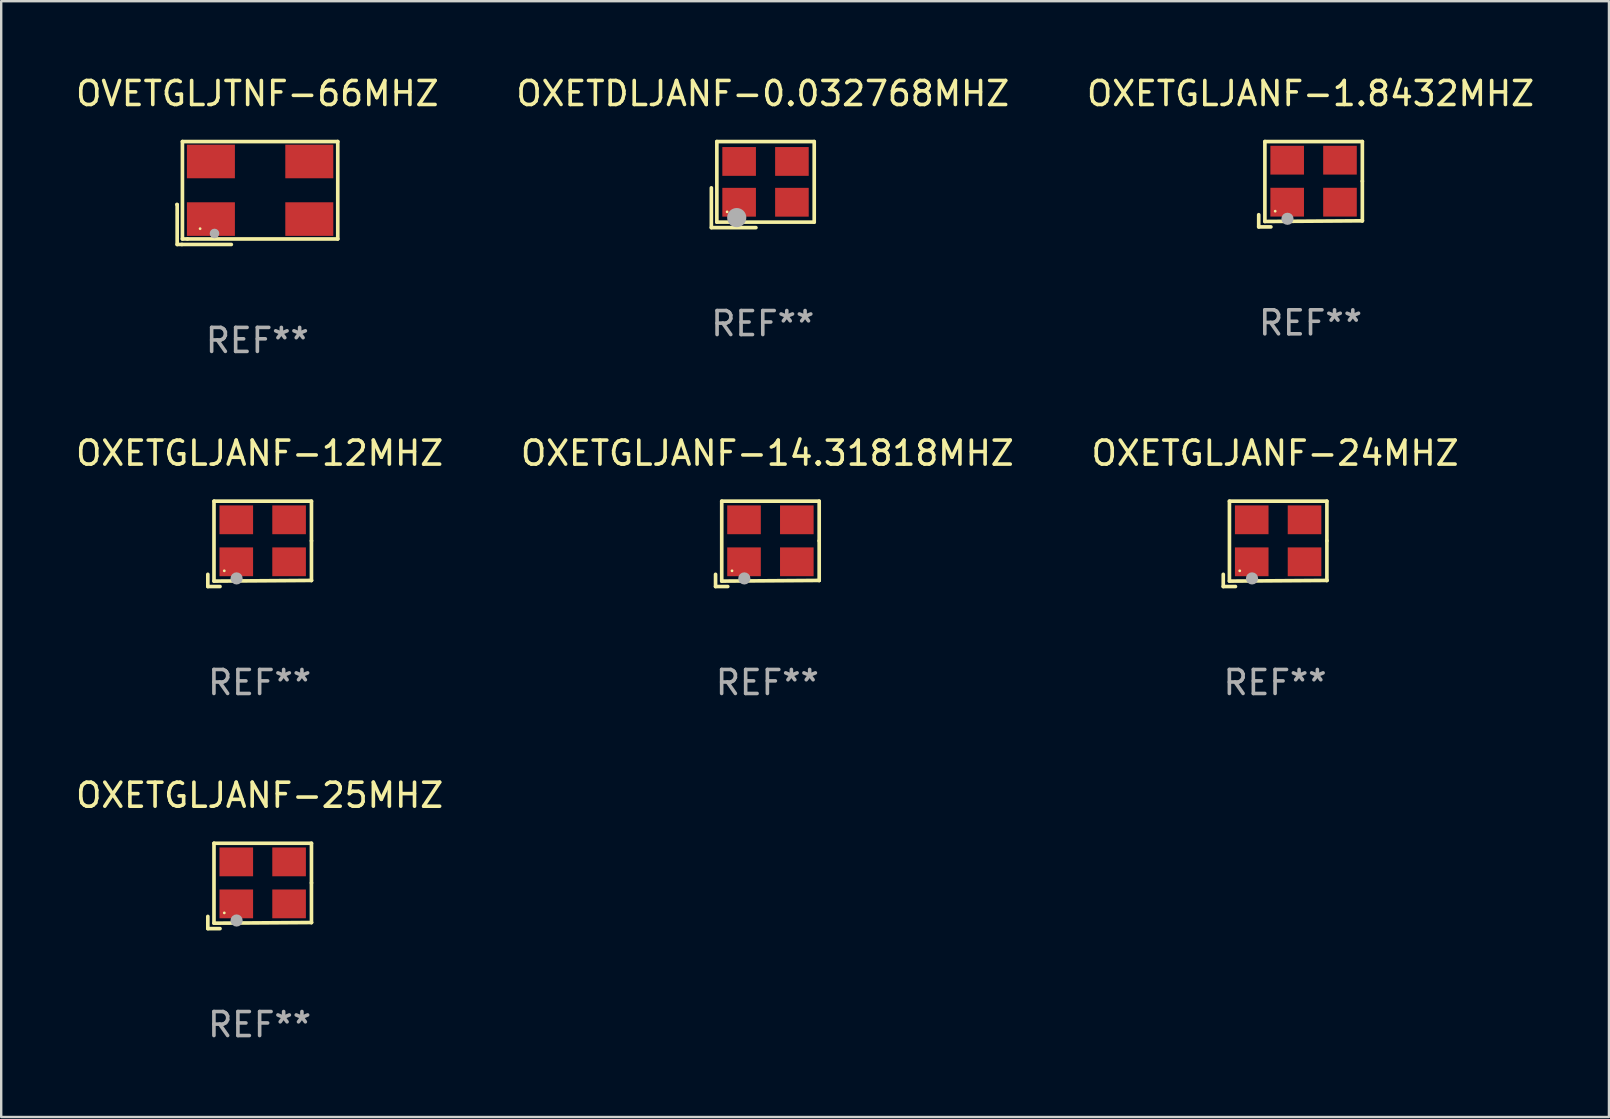
<source format=kicad_pcb>
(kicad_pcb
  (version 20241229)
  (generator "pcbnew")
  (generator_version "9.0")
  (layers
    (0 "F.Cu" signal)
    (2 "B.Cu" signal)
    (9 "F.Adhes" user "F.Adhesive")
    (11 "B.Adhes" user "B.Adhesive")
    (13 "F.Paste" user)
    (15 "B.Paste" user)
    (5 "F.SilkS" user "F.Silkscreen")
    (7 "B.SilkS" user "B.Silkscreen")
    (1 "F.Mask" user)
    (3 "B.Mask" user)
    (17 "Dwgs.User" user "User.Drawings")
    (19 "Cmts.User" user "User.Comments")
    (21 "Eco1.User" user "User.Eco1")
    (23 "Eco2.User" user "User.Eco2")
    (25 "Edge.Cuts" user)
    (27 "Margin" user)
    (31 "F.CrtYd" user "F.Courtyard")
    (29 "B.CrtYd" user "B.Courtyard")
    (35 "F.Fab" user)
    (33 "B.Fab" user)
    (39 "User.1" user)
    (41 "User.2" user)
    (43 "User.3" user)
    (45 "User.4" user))
  (footprint "OXETGLJANF-25MHZ"
    (layer "F.Cu")
    (at 7.768 33.863)
    (property "Reference" "OXETGLJANF-25MHZ" (at 0 -3.778 0) (layer "F.SilkS") (effects (font (size 1 1) (thickness 0.15))))
    (attr through_hole)
    (fp_line (start -2.159 1.27) (end -2.159 1.778) (stroke (width 0.152) (type solid)) (layer "F.SilkS"))
    (fp_line (start -2.159 1.778) (end -1.651 1.778) (stroke (width 0.152) (type solid)) (layer "F.SilkS"))
    (fp_line (start -1.902 -1.778) (end 2.159 -1.778) (stroke (width 0.152) (type solid)) (layer "F.SilkS"))
    (fp_line (start -1.902 1.552) (end -1.902 -1.778) (stroke (width 0.152) (type solid)) (layer "F.SilkS"))
    (fp_line (start 2.159 -1.778) (end 2.159 -0.127) (stroke (width 0.152) (type solid)) (layer "F.SilkS"))
    (fp_line (start 2.159 -0.127) (end 2.159 1.524) (stroke (width 0.152) (type solid)) (layer "F.SilkS"))
    (fp_line (start 2.159 1.524) (end -1.902 1.552) (stroke (width 0.152) (type solid)) (layer "F.SilkS"))
    (fp_line (start 2.159 1.524) (end 2.159 1.524) (stroke (width 0.152) (type solid)) (layer "F.SilkS"))
    (fp_circle (center -1.473 1.123) (end -1.443 1.123) (stroke (width 0.06) (type solid)) (fill no) (layer "F.SilkS"))
    (fp_circle (center -0.961 1.44) (end -0.834 1.44) (stroke (width 0.254) (type solid)) (fill no) (layer "F.Fab"))
    (fp_text user "REF**" (at 0 5.778 0) (layer "F.Fab") (effects (font (size 1 1) (thickness 0.15))))
    (pad "1" smd rect (at -0.973 0.748) (size 1.4 1.2) (layers "F.Cu" "F.Mask" "F.Paste"))
    (pad "2" smd rect (at 1.227 0.748) (size 1.4 1.2) (layers "F.Cu" "F.Mask" "F.Paste"))
    (pad "3" smd rect (at 1.227 -1.002) (size 1.4 1.2) (layers "F.Cu" "F.Mask" "F.Paste"))
    (pad "4" smd rect (at -0.973 -1.002) (size 1.4 1.2) (layers "F.Cu" "F.Mask" "F.Paste")))
  (footprint "OXETGLJANF-12MHZ"
    (layer "F.Cu")
    (at 7.768 19.61)
    (property "Reference" "OXETGLJANF-12MHZ" (at 0 -3.778 0) (layer "F.SilkS") (effects (font (size 1 1) (thickness 0.15))))
    (attr through_hole)
    (fp_line (start -2.159 1.27) (end -2.159 1.778) (stroke (width 0.152) (type solid)) (layer "F.SilkS"))
    (fp_line (start -2.159 1.778) (end -1.651 1.778) (stroke (width 0.152) (type solid)) (layer "F.SilkS"))
    (fp_line (start -1.902 -1.778) (end 2.159 -1.778) (stroke (width 0.152) (type solid)) (layer "F.SilkS"))
    (fp_line (start -1.902 1.552) (end -1.902 -1.778) (stroke (width 0.152) (type solid)) (layer "F.SilkS"))
    (fp_line (start 2.159 -1.778) (end 2.159 -0.127) (stroke (width 0.152) (type solid)) (layer "F.SilkS"))
    (fp_line (start 2.159 -0.127) (end 2.159 1.524) (stroke (width 0.152) (type solid)) (layer "F.SilkS"))
    (fp_line (start 2.159 1.524) (end -1.902 1.552) (stroke (width 0.152) (type solid)) (layer "F.SilkS"))
    (fp_line (start 2.159 1.524) (end 2.159 1.524) (stroke (width 0.152) (type solid)) (layer "F.SilkS"))
    (fp_circle (center -1.473 1.123) (end -1.443 1.123) (stroke (width 0.06) (type solid)) (fill no) (layer "F.SilkS"))
    (fp_circle (center -0.961 1.44) (end -0.834 1.44) (stroke (width 0.254) (type solid)) (fill no) (layer "F.Fab"))
    (fp_text user "REF**" (at 0 5.778 0) (layer "F.Fab") (effects (font (size 1 1) (thickness 0.15))))
    (pad "1" smd rect (at -0.973 0.748) (size 1.4 1.2) (layers "F.Cu" "F.Mask" "F.Paste"))
    (pad "2" smd rect (at 1.227 0.748) (size 1.4 1.2) (layers "F.Cu" "F.Mask" "F.Paste"))
    (pad "3" smd rect (at 1.227 -1.002) (size 1.4 1.2) (layers "F.Cu" "F.Mask" "F.Paste"))
    (pad "4" smd rect (at -0.973 -1.002) (size 1.4 1.2) (layers "F.Cu" "F.Mask" "F.Paste")))
  (footprint "OXETGLJANF-14.31818MHZ"
    (layer "F.Cu")
    (at 28.923 19.61)
    (property "Reference" "OXETGLJANF-14.31818MHZ" (at 0 -3.778 0) (layer "F.SilkS") (effects (font (size 1 1) (thickness 0.15))))
    (attr through_hole)
    (fp_line (start -2.159 1.27) (end -2.159 1.778) (stroke (width 0.152) (type solid)) (layer "F.SilkS"))
    (fp_line (start -2.159 1.778) (end -1.651 1.778) (stroke (width 0.152) (type solid)) (layer "F.SilkS"))
    (fp_line (start -1.902 -1.778) (end 2.159 -1.778) (stroke (width 0.152) (type solid)) (layer "F.SilkS"))
    (fp_line (start -1.902 1.552) (end -1.902 -1.778) (stroke (width 0.152) (type solid)) (layer "F.SilkS"))
    (fp_line (start 2.159 -1.778) (end 2.159 -0.127) (stroke (width 0.152) (type solid)) (layer "F.SilkS"))
    (fp_line (start 2.159 -0.127) (end 2.159 1.524) (stroke (width 0.152) (type solid)) (layer "F.SilkS"))
    (fp_line (start 2.159 1.524) (end -1.902 1.552) (stroke (width 0.152) (type solid)) (layer "F.SilkS"))
    (fp_line (start 2.159 1.524) (end 2.159 1.524) (stroke (width 0.152) (type solid)) (layer "F.SilkS"))
    (fp_circle (center -1.473 1.123) (end -1.443 1.123) (stroke (width 0.06) (type solid)) (fill no) (layer "F.SilkS"))
    (fp_circle (center -0.961 1.44) (end -0.834 1.44) (stroke (width 0.254) (type solid)) (fill no) (layer "F.Fab"))
    (fp_text user "REF**" (at 0 5.778 0) (layer "F.Fab") (effects (font (size 1 1) (thickness 0.15))))
    (pad "1" smd rect (at -0.973 0.748) (size 1.4 1.2) (layers "F.Cu" "F.Mask" "F.Paste"))
    (pad "2" smd rect (at 1.227 0.748) (size 1.4 1.2) (layers "F.Cu" "F.Mask" "F.Paste"))
    (pad "3" smd rect (at 1.227 -1.002) (size 1.4 1.2) (layers "F.Cu" "F.Mask" "F.Paste"))
    (pad "4" smd rect (at -0.973 -1.002) (size 1.4 1.2) (layers "F.Cu" "F.Mask" "F.Paste")))
  (footprint "OXETGLJANF-24MHZ"
    (layer "F.Cu")
    (at 50.077 19.61)
    (property "Reference" "OXETGLJANF-24MHZ" (at 0 -3.778 0) (layer "F.SilkS") (effects (font (size 1 1) (thickness 0.15))))
    (attr through_hole)
    (fp_line (start -2.159 1.27) (end -2.159 1.778) (stroke (width 0.152) (type solid)) (layer "F.SilkS"))
    (fp_line (start -2.159 1.778) (end -1.651 1.778) (stroke (width 0.152) (type solid)) (layer "F.SilkS"))
    (fp_line (start -1.902 -1.778) (end 2.159 -1.778) (stroke (width 0.152) (type solid)) (layer "F.SilkS"))
    (fp_line (start -1.902 1.552) (end -1.902 -1.778) (stroke (width 0.152) (type solid)) (layer "F.SilkS"))
    (fp_line (start 2.159 -1.778) (end 2.159 -0.127) (stroke (width 0.152) (type solid)) (layer "F.SilkS"))
    (fp_line (start 2.159 -0.127) (end 2.159 1.524) (stroke (width 0.152) (type solid)) (layer "F.SilkS"))
    (fp_line (start 2.159 1.524) (end -1.902 1.552) (stroke (width 0.152) (type solid)) (layer "F.SilkS"))
    (fp_line (start 2.159 1.524) (end 2.159 1.524) (stroke (width 0.152) (type solid)) (layer "F.SilkS"))
    (fp_circle (center -1.473 1.123) (end -1.443 1.123) (stroke (width 0.06) (type solid)) (fill no) (layer "F.SilkS"))
    (fp_circle (center -0.961 1.44) (end -0.834 1.44) (stroke (width 0.254) (type solid)) (fill no) (layer "F.Fab"))
    (fp_text user "REF**" (at 0 5.778 0) (layer "F.Fab") (effects (font (size 1 1) (thickness 0.15))))
    (pad "1" smd rect (at -0.973 0.748) (size 1.4 1.2) (layers "F.Cu" "F.Mask" "F.Paste"))
    (pad "2" smd rect (at 1.227 0.748) (size 1.4 1.2) (layers "F.Cu" "F.Mask" "F.Paste"))
    (pad "3" smd rect (at 1.227 -1.002) (size 1.4 1.2) (layers "F.Cu" "F.Mask" "F.Paste"))
    (pad "4" smd rect (at -0.973 -1.002) (size 1.4 1.2) (layers "F.Cu" "F.Mask" "F.Paste")))
  (footprint "OXETDLJANF-0.032768MHZ"
    (layer "F.Cu")
    (at 28.732 4.641)
    (property "Reference" "OXETDLJANF-0.032768MHZ" (at 0 -3.793 0) (layer "F.SilkS") (effects (font (size 1 1) (thickness 0.15))))
    (attr through_hole)
    (fp_line (start -2.143 0.136) (end -2.143 1.793) (stroke (width 0.152) (type solid)) (layer "F.SilkS"))
    (fp_line (start -2.143 1.793) (end -0.286 1.793) (stroke (width 0.152) (type solid)) (layer "F.SilkS"))
    (fp_line (start -1.914 -1.793) (end 2.143 -1.793) (stroke (width 0.152) (type solid)) (layer "F.SilkS"))
    (fp_line (start -1.914 1.564) (end -1.914 -1.793) (stroke (width 0.152) (type solid)) (layer "F.SilkS"))
    (fp_line (start 2.143 -1.793) (end 2.143 1.564) (stroke (width 0.152) (type solid)) (layer "F.SilkS"))
    (fp_line (start 2.143 1.564) (end -1.914 1.564) (stroke (width 0.152) (type solid)) (layer "F.SilkS"))
    (fp_circle (center -1.486 1.136) (end -1.456 1.136) (stroke (width 0.06) (type solid)) (fill no) (layer "F.SilkS"))
    (fp_circle (center -1.086 1.376) (end -0.886 1.376) (stroke (width 0.4) (type solid)) (fill no) (layer "F.Fab"))
    (fp_text user "REF**" (at 0 5.793 0) (layer "F.Fab") (effects (font (size 1 1) (thickness 0.15))))
    (pad "1" smd rect (at -0.986 0.736) (size 1.4 1.2) (layers "F.Cu" "F.Mask" "F.Paste"))
    (pad "2" smd rect (at 1.214 0.736) (size 1.4 1.2) (layers "F.Cu" "F.Mask" "F.Paste"))
    (pad "3" smd rect (at 1.214 -0.964) (size 1.4 1.2) (layers "F.Cu" "F.Mask" "F.Paste"))
    (pad "4" smd rect (at -0.986 -0.964) (size 1.4 1.2) (layers "F.Cu" "F.Mask" "F.Paste")))
  (footprint "OVETGLJTNF-66MHZ"
    (layer "F.Cu")
    (at 7.673 4.992)
    (property "Reference" "OVETGLJTNF-66MHZ" (at 0 -4.144 0) (layer "F.SilkS") (effects (font (size 1 1) (thickness 0.15))))
    (attr through_hole)
    (fp_line (start -3.35 0.476) (end -3.341 0.485) (stroke (width 0.152) (type solid)) (layer "F.SilkS"))
    (fp_line (start -3.341 0.485) (end -3.341 2.144) (stroke (width 0.152) (type solid)) (layer "F.SilkS"))
    (fp_line (start -3.341 2.144) (end -3.143 2.144) (stroke (width 0.152) (type solid)) (layer "F.SilkS"))
    (fp_line (start -3.143 2.144) (end -1.085 2.144) (stroke (width 0.152) (type solid)) (layer "F.SilkS"))
    (fp_line (start -3.122 -2.144) (end 3.35 -2.144) (stroke (width 0.152) (type solid)) (layer "F.SilkS"))
    (fp_line (start -3.122 1.915) (end -3.122 -2.144) (stroke (width 0.152) (type solid)) (layer "F.SilkS"))
    (fp_line (start -2.914 1.915) (end -3.122 1.915) (stroke (width 0.152) (type solid)) (layer "F.SilkS"))
    (fp_line (start 3.35 -2.144) (end 3.35 1.915) (stroke (width 0.152) (type solid)) (layer "F.SilkS"))
    (fp_line (start 3.35 1.915) (end -2.914 1.915) (stroke (width 0.152) (type solid)) (layer "F.SilkS"))
    (fp_circle (center -2.386 1.486) (end -2.356 1.486) (stroke (width 0.06) (type solid)) (fill no) (layer "F.SilkS"))
    (fp_circle (center -1.786 1.686) (end -1.686 1.686) (stroke (width 0.2) (type solid)) (fill no) (layer "F.Fab"))
    (fp_text user "REF**" (at 0 6.144 0) (layer "F.Fab") (effects (font (size 1 1) (thickness 0.15))))
    (pad "1" smd rect (at -1.936 1.086) (size 2 1.4) (layers "F.Cu" "F.Mask" "F.Paste"))
    (pad "2" smd rect (at 2.164 1.086) (size 2 1.4) (layers "F.Cu" "F.Mask" "F.Paste"))
    (pad "3" smd rect (at 2.164 -1.314) (size 2 1.4) (layers "F.Cu" "F.Mask" "F.Paste"))
    (pad "4" smd rect (at -1.936 -1.314) (size 2 1.4) (layers "F.Cu" "F.Mask" "F.Paste")))
  (footprint "OXETGLJANF-1.8432MHZ"
    (layer "F.Cu")
    (at 51.554 4.626)
    (property "Reference" "OXETGLJANF-1.8432MHZ" (at 0 -3.778 0) (layer "F.SilkS") (effects (font (size 1 1) (thickness 0.15))))
    (attr through_hole)
    (fp_line (start -2.159 1.27) (end -2.159 1.778) (stroke (width 0.152) (type solid)) (layer "F.SilkS"))
    (fp_line (start -2.159 1.778) (end -1.651 1.778) (stroke (width 0.152) (type solid)) (layer "F.SilkS"))
    (fp_line (start -1.902 -1.778) (end 2.159 -1.778) (stroke (width 0.152) (type solid)) (layer "F.SilkS"))
    (fp_line (start -1.902 1.552) (end -1.902 -1.778) (stroke (width 0.152) (type solid)) (layer "F.SilkS"))
    (fp_line (start 2.159 -1.778) (end 2.159 -0.127) (stroke (width 0.152) (type solid)) (layer "F.SilkS"))
    (fp_line (start 2.159 -0.127) (end 2.159 1.524) (stroke (width 0.152) (type solid)) (layer "F.SilkS"))
    (fp_line (start 2.159 1.524) (end -1.902 1.552) (stroke (width 0.152) (type solid)) (layer "F.SilkS"))
    (fp_line (start 2.159 1.524) (end 2.159 1.524) (stroke (width 0.152) (type solid)) (layer "F.SilkS"))
    (fp_circle (center -1.473 1.123) (end -1.443 1.123) (stroke (width 0.06) (type solid)) (fill no) (layer "F.SilkS"))
    (fp_circle (center -0.961 1.44) (end -0.834 1.44) (stroke (width 0.254) (type solid)) (fill no) (layer "F.Fab"))
    (fp_text user "REF**" (at 0 5.778 0) (layer "F.Fab") (effects (font (size 1 1) (thickness 0.15))))
    (pad "1" smd rect (at -0.973 0.748) (size 1.4 1.2) (layers "F.Cu" "F.Mask" "F.Paste"))
    (pad "2" smd rect (at 1.227 0.748) (size 1.4 1.2) (layers "F.Cu" "F.Mask" "F.Paste"))
    (pad "3" smd rect (at 1.227 -1.002) (size 1.4 1.2) (layers "F.Cu" "F.Mask" "F.Paste"))
    (pad "4" smd rect (at -0.973 -1.002) (size 1.4 1.2) (layers "F.Cu" "F.Mask" "F.Paste")))
  (gr_rect
    (start -3 -3)
    (end 63.988 43.489)
    (stroke (width 0.1) (type default))
    (fill no)
    (layer "Edge.Cuts")))
</source>
